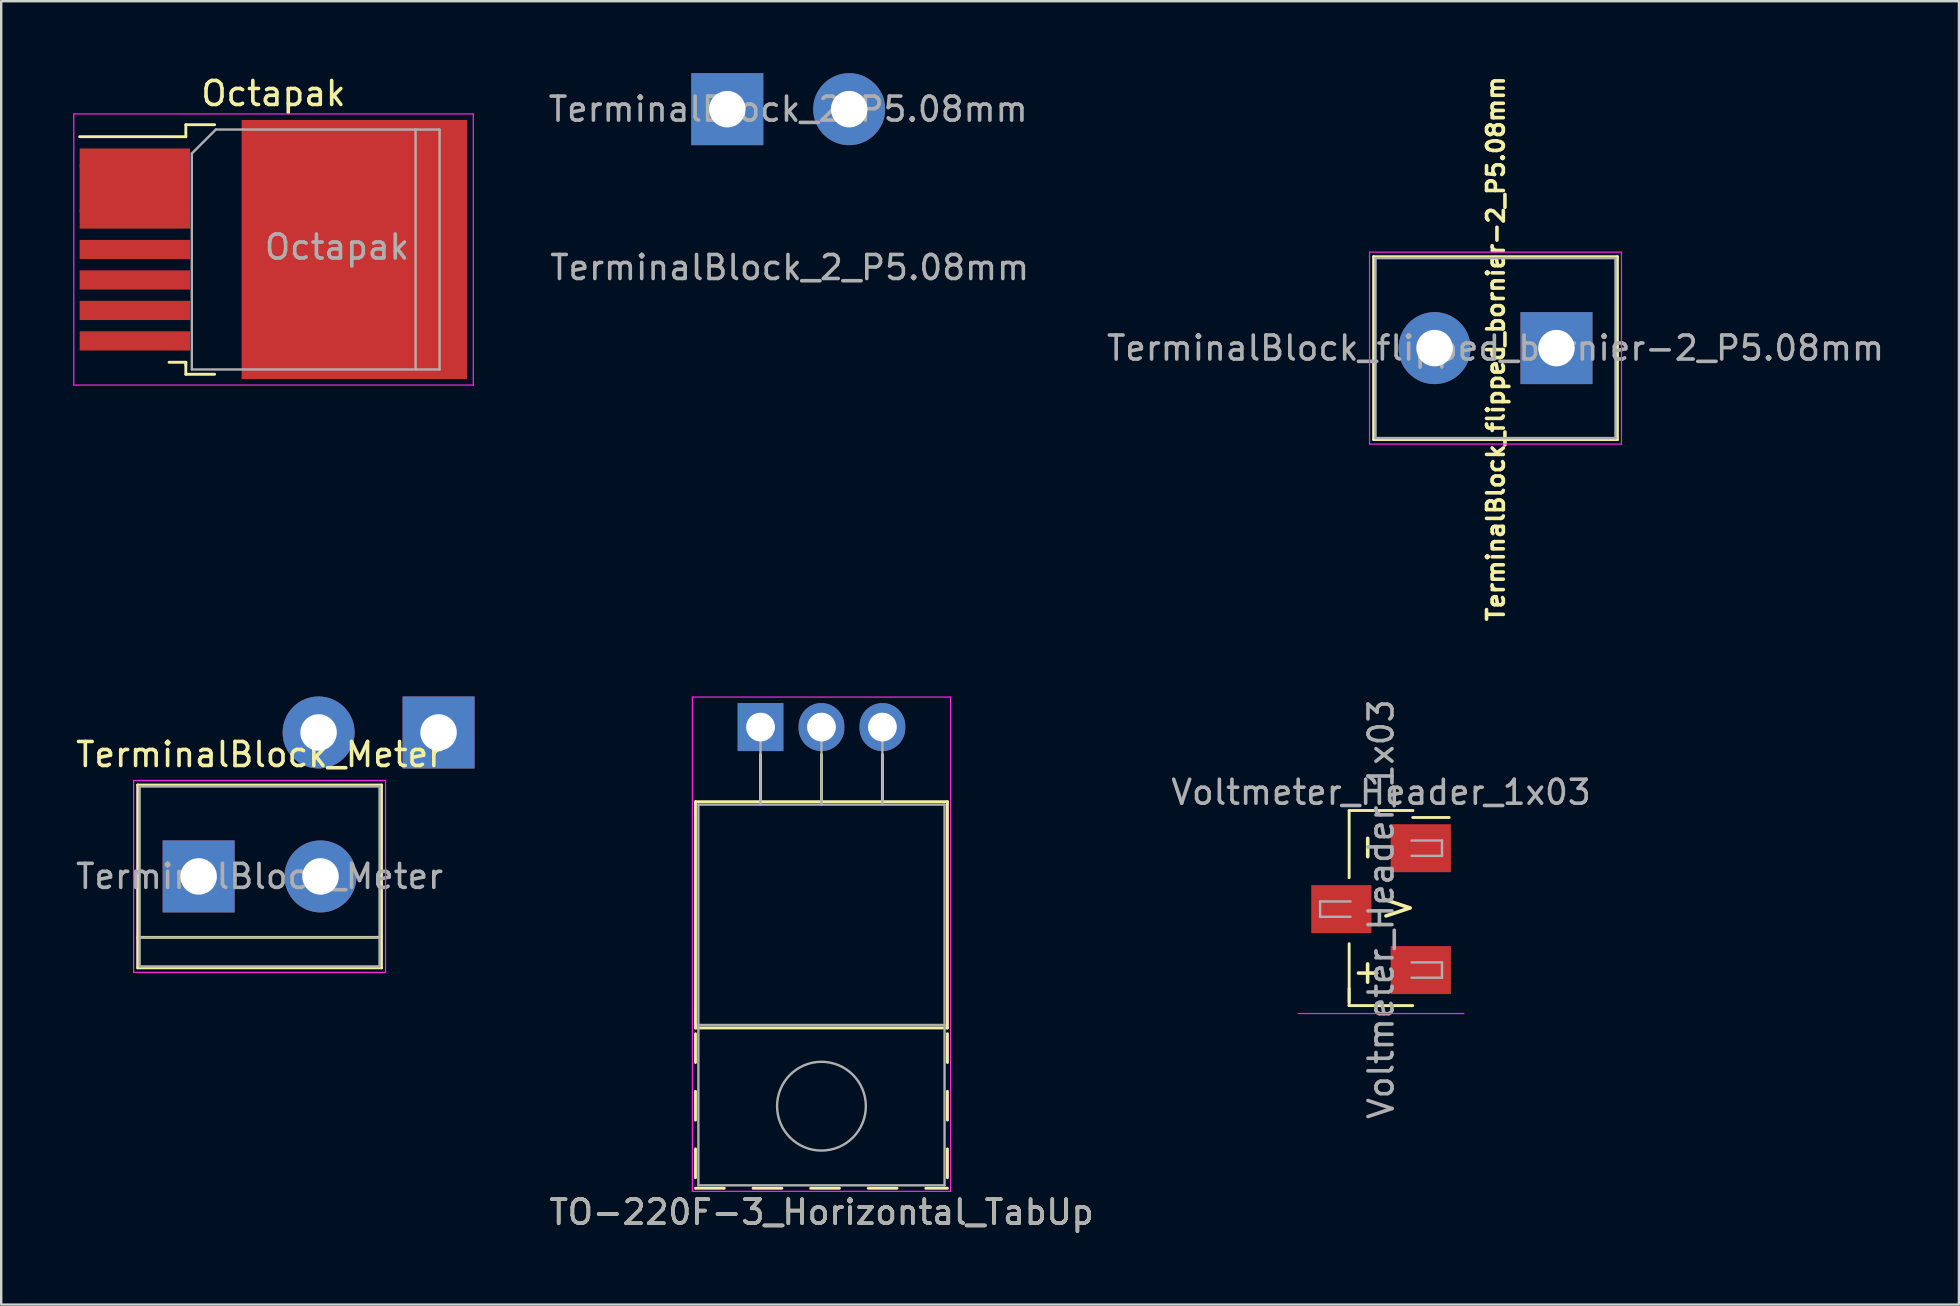
<source format=kicad_pcb>
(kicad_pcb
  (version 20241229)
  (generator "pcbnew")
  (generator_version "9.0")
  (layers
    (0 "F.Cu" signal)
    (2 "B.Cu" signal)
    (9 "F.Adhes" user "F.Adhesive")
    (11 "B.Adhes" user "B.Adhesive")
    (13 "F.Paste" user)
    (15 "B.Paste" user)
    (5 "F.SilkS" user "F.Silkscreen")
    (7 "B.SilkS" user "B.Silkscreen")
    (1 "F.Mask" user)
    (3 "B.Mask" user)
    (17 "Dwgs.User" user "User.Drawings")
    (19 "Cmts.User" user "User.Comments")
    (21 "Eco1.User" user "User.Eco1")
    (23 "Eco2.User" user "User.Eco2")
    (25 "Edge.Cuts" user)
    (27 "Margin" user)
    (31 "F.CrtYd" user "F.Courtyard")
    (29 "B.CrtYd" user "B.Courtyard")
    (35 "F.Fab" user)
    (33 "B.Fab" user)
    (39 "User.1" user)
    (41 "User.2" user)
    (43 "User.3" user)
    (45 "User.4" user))
  (footprint "TerminalBlock_Meter"
    (layer "F.Cu")
    (at 5.228 33.477)
    (property "Reference" "TerminalBlock_Meter" (at 2.54 -5.08 0) (layer "F.SilkS") (effects (font (size 1 1) (thickness 0.15))))
    (attr through_hole)
    (fp_line (start -2.54 -3.81) (end -2.54 3.81) (stroke (width 0.12) (type solid)) (layer "F.SilkS"))
    (fp_line (start -2.54 3.81) (end 7.62 3.81) (stroke (width 0.12) (type solid)) (layer "F.SilkS"))
    (fp_line (start 7.62 -3.81) (end -2.54 -3.81) (stroke (width 0.12) (type solid)) (layer "F.SilkS"))
    (fp_line (start 7.62 2.54) (end -2.54 2.54) (stroke (width 0.12) (type solid)) (layer "F.SilkS"))
    (fp_line (start 7.62 3.81) (end 7.62 -3.81) (stroke (width 0.12) (type solid)) (layer "F.SilkS"))
    (fp_line (start -2.71 -4) (end -2.71 4) (stroke (width 0.05) (type solid)) (layer "F.CrtYd"))
    (fp_line (start -2.71 -4) (end 7.79 -4) (stroke (width 0.05) (type solid)) (layer "F.CrtYd"))
    (fp_line (start 7.79 4) (end -2.71 4) (stroke (width 0.05) (type solid)) (layer "F.CrtYd"))
    (fp_line (start 7.79 4) (end 7.79 -4) (stroke (width 0.05) (type solid)) (layer "F.CrtYd"))
    (fp_line (start -2.46 -3.75) (end -2.46 3.75) (stroke (width 0.1) (type solid)) (layer "F.Fab"))
    (fp_line (start -2.46 3.75) (end 7.54 3.75) (stroke (width 0.1) (type solid)) (layer "F.Fab"))
    (fp_line (start -2.41 2.55) (end 7.49 2.55) (stroke (width 0.1) (type solid)) (layer "F.Fab"))
    (fp_line (start 7.54 -3.75) (end -2.46 -3.75) (stroke (width 0.1) (type solid)) (layer "F.Fab"))
    (fp_line (start 7.54 3.75) (end 7.54 -3.75) (stroke (width 0.1) (type solid)) (layer "F.Fab"))
    (fp_text user "${REFERENCE}" (at 2.54 0 0) (layer "F.Fab") (effects (font (size 1 1) (thickness 0.15))))
    (pad "1" thru_hole rect (at 0 0) (size 3 3) (drill 1.52) (layers "*.Cu" "*.Mask"))
    (pad "2" thru_hole rect (at 10 -6) (size 3 3) (drill 1.52) (layers "*.Cu" "*.Mask"))
    (pad "3" thru_hole circle (at 5 -6) (size 3 3) (drill 1.52) (layers "*.Cu" "*.Mask"))
    (pad "3" thru_hole circle (at 5.08 0) (size 3 3) (drill 1.52) (layers "*.Cu" "*.Mask")))
  (footprint "TerminalBlock_2_P5.08mm"
    (layer "F.Cu")
    (at 27.261 1.5)
    (property "Reference" "TerminalBlock_2_P5.08mm" (at 2.6 6.6 0) (layer "F.Fab") (effects (font (size 1 1) (thickness 0.15))))
    (attr through_hole)
    (fp_text user "${REFERENCE}" (at 2.54 0 0) (layer "F.Fab") (effects (font (size 1 1) (thickness 0.15))))
    (pad "1" thru_hole rect (at 0 0) (size 3 3) (drill 1.52) (layers "*.Cu" "*.Mask"))
    (pad "2" thru_hole circle (at 5.08 0) (size 3 3) (drill 1.52) (layers "*.Cu" "*.Mask")))
  (footprint "TerminalBlock_flipped_bornier-2_P5.08mm"
    (layer "F.Cu")
    (at 56.738 11.458)
    (property "Reference" "TerminalBlock_flipped_bornier-2_P5.08mm" (at 2.55 0.03 270) (layer "F.SilkS") (effects (font (size 0.7 0.7) (thickness 0.15))))
    (attr through_hole)
    (fp_line (start -2.54 -3.81) (end -2.54 3.81) (stroke (width 0.12) (type solid)) (layer "F.SilkS"))
    (fp_line (start -2.54 3.81) (end 7.62 3.81) (stroke (width 0.12) (type solid)) (layer "F.SilkS"))
    (fp_line (start 7.62 -3.81) (end -2.54 -3.81) (stroke (width 0.12) (type solid)) (layer "F.SilkS"))
    (fp_line (start 7.62 3.81) (end 7.62 -3.81) (stroke (width 0.12) (type solid)) (layer "F.SilkS"))
    (fp_line (start -2.71 -4) (end -2.71 4) (stroke (width 0.05) (type solid)) (layer "F.CrtYd"))
    (fp_line (start -2.71 -4) (end 7.79 -4) (stroke (width 0.05) (type solid)) (layer "F.CrtYd"))
    (fp_line (start 7.79 4) (end -2.71 4) (stroke (width 0.05) (type solid)) (layer "F.CrtYd"))
    (fp_line (start 7.79 4) (end 7.79 -4) (stroke (width 0.05) (type solid)) (layer "F.CrtYd"))
    (fp_line (start -2.46 -3.75) (end -2.46 3.75) (stroke (width 0.1) (type solid)) (layer "F.Fab"))
    (fp_line (start -2.46 3.75) (end 7.54 3.75) (stroke (width 0.1) (type solid)) (layer "F.Fab"))
    (fp_line (start 7.54 -3.75) (end -2.46 -3.75) (stroke (width 0.1) (type solid)) (layer "F.Fab"))
    (fp_line (start 7.54 3.75) (end 7.54 -3.75) (stroke (width 0.1) (type solid)) (layer "F.Fab"))
    (fp_text user "${REFERENCE}" (at 2.54 0 0) (layer "F.Fab") (effects (font (size 1 1) (thickness 0.15))))
    (pad "1" thru_hole rect (at 5.08 0) (size 3 3) (drill 1.52) (layers "*.Cu" "*.Mask"))
    (pad "2" thru_hole circle (at 0 0) (size 3 3) (drill 1.52) (layers "*.Cu" "*.Mask")))
  (footprint "TO-220F-3_Horizontal_TabUp"
    (layer "F.Cu")
    (at 28.646 27.252)
    (property "Reference" "TO-220F-3_Horizontal_TabUp" (at 2.54 20.22 0) (layer "F.SilkS") (effects (font (size 1 1) (thickness 0.15))))
    (attr through_hole)
    (fp_line (start -2.71 3.11) (end -2.71 12.54) (stroke (width 0.12) (type solid)) (layer "F.SilkS"))
    (fp_line (start -2.71 3.11) (end 7.79 3.11) (stroke (width 0.12) (type solid)) (layer "F.SilkS"))
    (fp_line (start -2.71 12.54) (end 7.79 12.54) (stroke (width 0.12) (type solid)) (layer "F.SilkS"))
    (fp_line (start -2.71 12.78) (end -2.71 13.98) (stroke (width 0.12) (type solid)) (layer "F.SilkS"))
    (fp_line (start -2.71 15.18) (end -2.71 16.38) (stroke (width 0.12) (type solid)) (layer "F.SilkS"))
    (fp_line (start -2.71 17.58) (end -2.71 18.78) (stroke (width 0.12) (type solid)) (layer "F.SilkS"))
    (fp_line (start -2.71 19.22) (end -1.51 19.22) (stroke (width 0.12) (type solid)) (layer "F.SilkS"))
    (fp_line (start -0.311 19.22) (end 0.89 19.22) (stroke (width 0.12) (type solid)) (layer "F.SilkS"))
    (fp_line (start 0 1.15) (end 0 3.11) (stroke (width 0.12) (type solid)) (layer "F.SilkS"))
    (fp_line (start 2.09 19.22) (end 3.29 19.22) (stroke (width 0.12) (type solid)) (layer "F.SilkS"))
    (fp_line (start 2.54 1.15) (end 2.54 3.11) (stroke (width 0.12) (type solid)) (layer "F.SilkS"))
    (fp_line (start 4.49 19.22) (end 5.69 19.22) (stroke (width 0.12) (type solid)) (layer "F.SilkS"))
    (fp_line (start 5.08 1.15) (end 5.08 3.11) (stroke (width 0.12) (type solid)) (layer "F.SilkS"))
    (fp_line (start 6.89 19.22) (end 7.79 19.22) (stroke (width 0.12) (type solid)) (layer "F.SilkS"))
    (fp_line (start 7.79 3.11) (end 7.79 12.54) (stroke (width 0.12) (type solid)) (layer "F.SilkS"))
    (fp_line (start 7.79 12.78) (end 7.79 13.98) (stroke (width 0.12) (type solid)) (layer "F.SilkS"))
    (fp_line (start 7.79 15.18) (end 7.79 16.38) (stroke (width 0.12) (type solid)) (layer "F.SilkS"))
    (fp_line (start 7.79 17.58) (end 7.79 18.78) (stroke (width 0.12) (type solid)) (layer "F.SilkS"))
    (fp_line (start -2.84 -1.25) (end -2.84 19.35) (stroke (width 0.05) (type solid)) (layer "F.CrtYd"))
    (fp_line (start -2.84 19.35) (end 7.92 19.35) (stroke (width 0.05) (type solid)) (layer "F.CrtYd"))
    (fp_line (start 7.92 -1.25) (end -2.84 -1.25) (stroke (width 0.05) (type solid)) (layer "F.CrtYd"))
    (fp_line (start 7.92 19.35) (end 7.92 -1.25) (stroke (width 0.05) (type solid)) (layer "F.CrtYd"))
    (fp_line (start -2.59 3.23) (end -2.59 12.42) (stroke (width 0.1) (type solid)) (layer "F.Fab"))
    (fp_line (start -2.59 12.42) (end -2.59 19.1) (stroke (width 0.1) (type solid)) (layer "F.Fab"))
    (fp_line (start -2.59 12.42) (end 7.67 12.42) (stroke (width 0.1) (type solid)) (layer "F.Fab"))
    (fp_line (start -2.59 19.1) (end 7.67 19.1) (stroke (width 0.1) (type solid)) (layer "F.Fab"))
    (fp_line (start 0 3.23) (end 0 0) (stroke (width 0.1) (type solid)) (layer "F.Fab"))
    (fp_line (start 2.54 3.23) (end 2.54 0) (stroke (width 0.1) (type solid)) (layer "F.Fab"))
    (fp_line (start 5.08 3.23) (end 5.08 0) (stroke (width 0.1) (type solid)) (layer "F.Fab"))
    (fp_line (start 7.67 3.23) (end -2.59 3.23) (stroke (width 0.1) (type solid)) (layer "F.Fab"))
    (fp_line (start 7.67 12.42) (end -2.59 12.42) (stroke (width 0.1) (type solid)) (layer "F.Fab"))
    (fp_line (start 7.67 12.42) (end 7.67 3.23) (stroke (width 0.1) (type solid)) (layer "F.Fab"))
    (fp_line (start 7.67 19.1) (end 7.67 12.42) (stroke (width 0.1) (type solid)) (layer "F.Fab"))
    (fp_circle (center 2.54 15.8) (end 4.39 15.8) (stroke (width 0.1) (type solid)) (fill no) (layer "F.Fab"))
    (fp_text user "${REFERENCE}" (at 2.54 20.22 0) (layer "F.Fab") (effects (font (size 1 1) (thickness 0.15))))
    (pad "1" thru_hole rect (at 0 0) (size 1.905 2) (drill 1.2) (layers "*.Cu" "*.Mask"))
    (pad "2" thru_hole oval (at 2.54 0) (size 1.905 2) (drill 1.2) (layers "*.Cu" "*.Mask"))
    (pad "3" thru_hole oval (at 5.08 0) (size 1.905 2) (drill 1.2) (layers "*.Cu" "*.Mask")))
  (footprint "Voltmeter_Header_1x03"
    (layer "F.Cu")
    (at 54.508 34.84)
    (property "Reference" "Voltmeter_Header_1x03" (at 0 -4.87 0) (layer "F.Fab") (effects (font (size 1 1) (thickness 0.15))))
    (attr smd)
    (fp_line (start -1.34 4.02) (end 1.32 4.02) (stroke (width 0.12) (type solid)) (layer "F.SilkS"))
    (fp_line (start -1.33 -4.11) (end -1.33 -1.31) (stroke (width 0.12) (type solid)) (layer "F.SilkS"))
    (fp_line (start -1.33 -4.11) (end 1.33 -4.11) (stroke (width 0.12) (type solid)) (layer "F.SilkS"))
    (fp_line (start -1.33 1.44) (end -1.33 4) (stroke (width 0.12) (type solid)) (layer "F.SilkS"))
    (fp_line (start -1.33 3.3) (end -1.33 3.87) (stroke (width 0.12) (type solid)) (layer "F.SilkS"))
    (fp_line (start 1.32 -3.82) (end 2.84 -3.82) (stroke (width 0.12) (type solid)) (layer "F.SilkS"))
    (fp_line (start -3.45 4.35) (end 3.45 4.35) (stroke (width 0.05) (type solid)) (layer "F.CrtYd"))
    (fp_line (start -2.54 -0.32) (end -2.54 0.32) (stroke (width 0.1) (type solid)) (layer "F.Fab"))
    (fp_line (start -2.54 0.32) (end -1.27 0.32) (stroke (width 0.1) (type solid)) (layer "F.Fab"))
    (fp_line (start -1.27 -0.32) (end -2.54 -0.32) (stroke (width 0.1) (type solid)) (layer "F.Fab"))
    (fp_line (start 1.27 -2.86) (end 2.54 -2.86) (stroke (width 0.1) (type solid)) (layer "F.Fab"))
    (fp_line (start 1.27 2.22) (end 2.54 2.22) (stroke (width 0.1) (type solid)) (layer "F.Fab"))
    (fp_line (start 2.54 -2.86) (end 2.54 -2.22) (stroke (width 0.1) (type solid)) (layer "F.Fab"))
    (fp_line (start 2.54 -2.22) (end 1.27 -2.22) (stroke (width 0.1) (type solid)) (layer "F.Fab"))
    (fp_line (start 2.54 2.22) (end 2.54 2.86) (stroke (width 0.1) (type solid)) (layer "F.Fab"))
    (fp_line (start 2.54 2.86) (end 1.27 2.86) (stroke (width 0.1) (type solid)) (layer "F.Fab"))
    (fp_text user "V" (at 0.75 -0.05 270) (layer "F.SilkS") (effects (font (size 1 1) (thickness 0.15))))
    (fp_text user "-" (at -0.63 -2.57 90) (layer "F.SilkS") (effects (font (size 1 1) (thickness 0.15))))
    (fp_text user "+" (at -0.56 2.59 0) (layer "F.SilkS") (effects (font (size 1 1) (thickness 0.15))))
    (fp_text user "${REFERENCE}" (at 0 0 90) (layer "F.Fab") (effects (font (size 1 1) (thickness 0.15))))
    (pad "1" smd rect (at 1.655 -2.54) (size 2.51 2) (layers "F.Cu" "F.Mask" "F.Paste"))
    (pad "2" smd rect (at -1.655 0) (size 2.51 2) (layers "F.Cu" "F.Mask" "F.Paste"))
    (pad "3" smd rect (at 1.655 2.54) (size 2.51 2) (layers "F.Cu" "F.Mask" "F.Paste")))
  (footprint "Octapak"
    (layer "F.Cu")
    (at 8.345 7.348)
    (property "Reference" "Octapak" (at 0 -6.5 0) (layer "F.SilkS") (effects (font (size 1 1) (thickness 0.15))))
    (attr smd)
    (fp_line (start -8.075 -4.7) (end -3.65 -4.7) (stroke (width 0.12) (type solid)) (layer "F.SilkS"))
    (fp_line (start -4.35 4.7) (end -3.65 4.7) (stroke (width 0.12) (type solid)) (layer "F.SilkS"))
    (fp_line (start -3.65 -5.2) (end -2.45 -5.2) (stroke (width 0.12) (type solid)) (layer "F.SilkS"))
    (fp_line (start -3.65 -4.7) (end -3.65 -5.2) (stroke (width 0.12) (type solid)) (layer "F.SilkS"))
    (fp_line (start -3.65 4.7) (end -3.65 4.8) (stroke (width 0.12) (type solid)) (layer "F.SilkS"))
    (fp_line (start -3.65 5.2) (end -3.65 4.8) (stroke (width 0.12) (type solid)) (layer "F.SilkS"))
    (fp_line (start -2.45 5.2) (end -3.65 5.2) (stroke (width 0.12) (type solid)) (layer "F.SilkS"))
    (fp_line (start -8.32 -5.65) (end -8.32 5.65) (stroke (width 0.05) (type solid)) (layer "F.CrtYd"))
    (fp_line (start -8.32 -5.65) (end 8.33 -5.65) (stroke (width 0.05) (type solid)) (layer "F.CrtYd"))
    (fp_line (start 8.33 5.65) (end -8.32 5.65) (stroke (width 0.05) (type solid)) (layer "F.CrtYd"))
    (fp_line (start 8.33 5.65) (end 8.33 -5.65) (stroke (width 0.05) (type solid)) (layer "F.CrtYd"))
    (fp_line (start -3.4 -4) (end -3.4 5) (stroke (width 0.1) (type solid)) (layer "F.Fab"))
    (fp_line (start -3.4 -4) (end -2.4 -5) (stroke (width 0.1) (type solid)) (layer "F.Fab"))
    (fp_line (start -3.4 5) (end 5.85 5) (stroke (width 0.1) (type solid)) (layer "F.Fab"))
    (fp_line (start -2.4 -5) (end 5.925 -5) (stroke (width 0.1) (type solid)) (layer "F.Fab"))
    (fp_line (start 5.925 -5) (end 5.925 5) (stroke (width 0.1) (type solid)) (layer "F.Fab"))
    (fp_line (start 5.925 -5) (end 6.925 -5) (stroke (width 0.1) (type solid)) (layer "F.Fab"))
    (fp_line (start 5.925 5) (end 6.925 5) (stroke (width 0.1) (type solid)) (layer "F.Fab"))
    (fp_line (start 6.925 -5) (end 6.925 5) (stroke (width 0.1) (type solid)) (layer "F.Fab"))
    (fp_text user "${REFERENCE}" (at 2.65 -0.1 0) (layer "F.Fab") (effects (font (size 1 1) (thickness 0.15))))
    (pad "" smd rect (at 1 -2.75) (size 4.6 5.3) (layers "F.Paste"))
    (pad "" smd rect (at 1 2.75) (size 4.6 5.3) (layers "F.Paste"))
    (pad "" smd rect (at 5.75 -2.75) (size 4.6 5.3) (layers "F.Paste"))
    (pad "" smd rect (at 5.75 2.75) (size 4.6 5.3) (layers "F.Paste"))
    (pad "1" smd rect (at -5.775 -3.81) (size 4.6 0.8) (layers "F.Cu" "F.Mask" "F.Paste"))
    (pad "2" smd rect (at -5.775 -2.54) (size 4.6 2) (layers "F.Cu" "F.Mask" "F.Paste"))
    (pad "3" smd rect (at -5.775 -1.27) (size 4.6 0.8) (layers "F.Cu" "F.Mask" "F.Paste"))
    (pad "4" smd rect (at -5.775 0) (size 4.6 0.8) (layers "F.Cu" "F.Mask" "F.Paste"))
    (pad "5" smd rect (at -5.775 1.27) (size 4.6 0.8) (layers "F.Cu" "F.Mask" "F.Paste"))
    (pad "6" smd rect (at -5.775 2.54) (size 4.6 0.8) (layers "F.Cu" "F.Mask" "F.Paste"))
    (pad "7" smd rect (at -5.775 3.81) (size 4.6 0.8) (layers "F.Cu" "F.Mask" "F.Paste"))
    (pad "8" smd rect (at 3.375 0) (size 9.4 10.8) (layers "F.Cu" "F.Mask")))
  (gr_rect
    (start -3 -3)
    (end 78.593 51.32)
    (stroke (width 0.1) (type default))
    (fill no)
    (layer "Edge.Cuts")))
</source>
